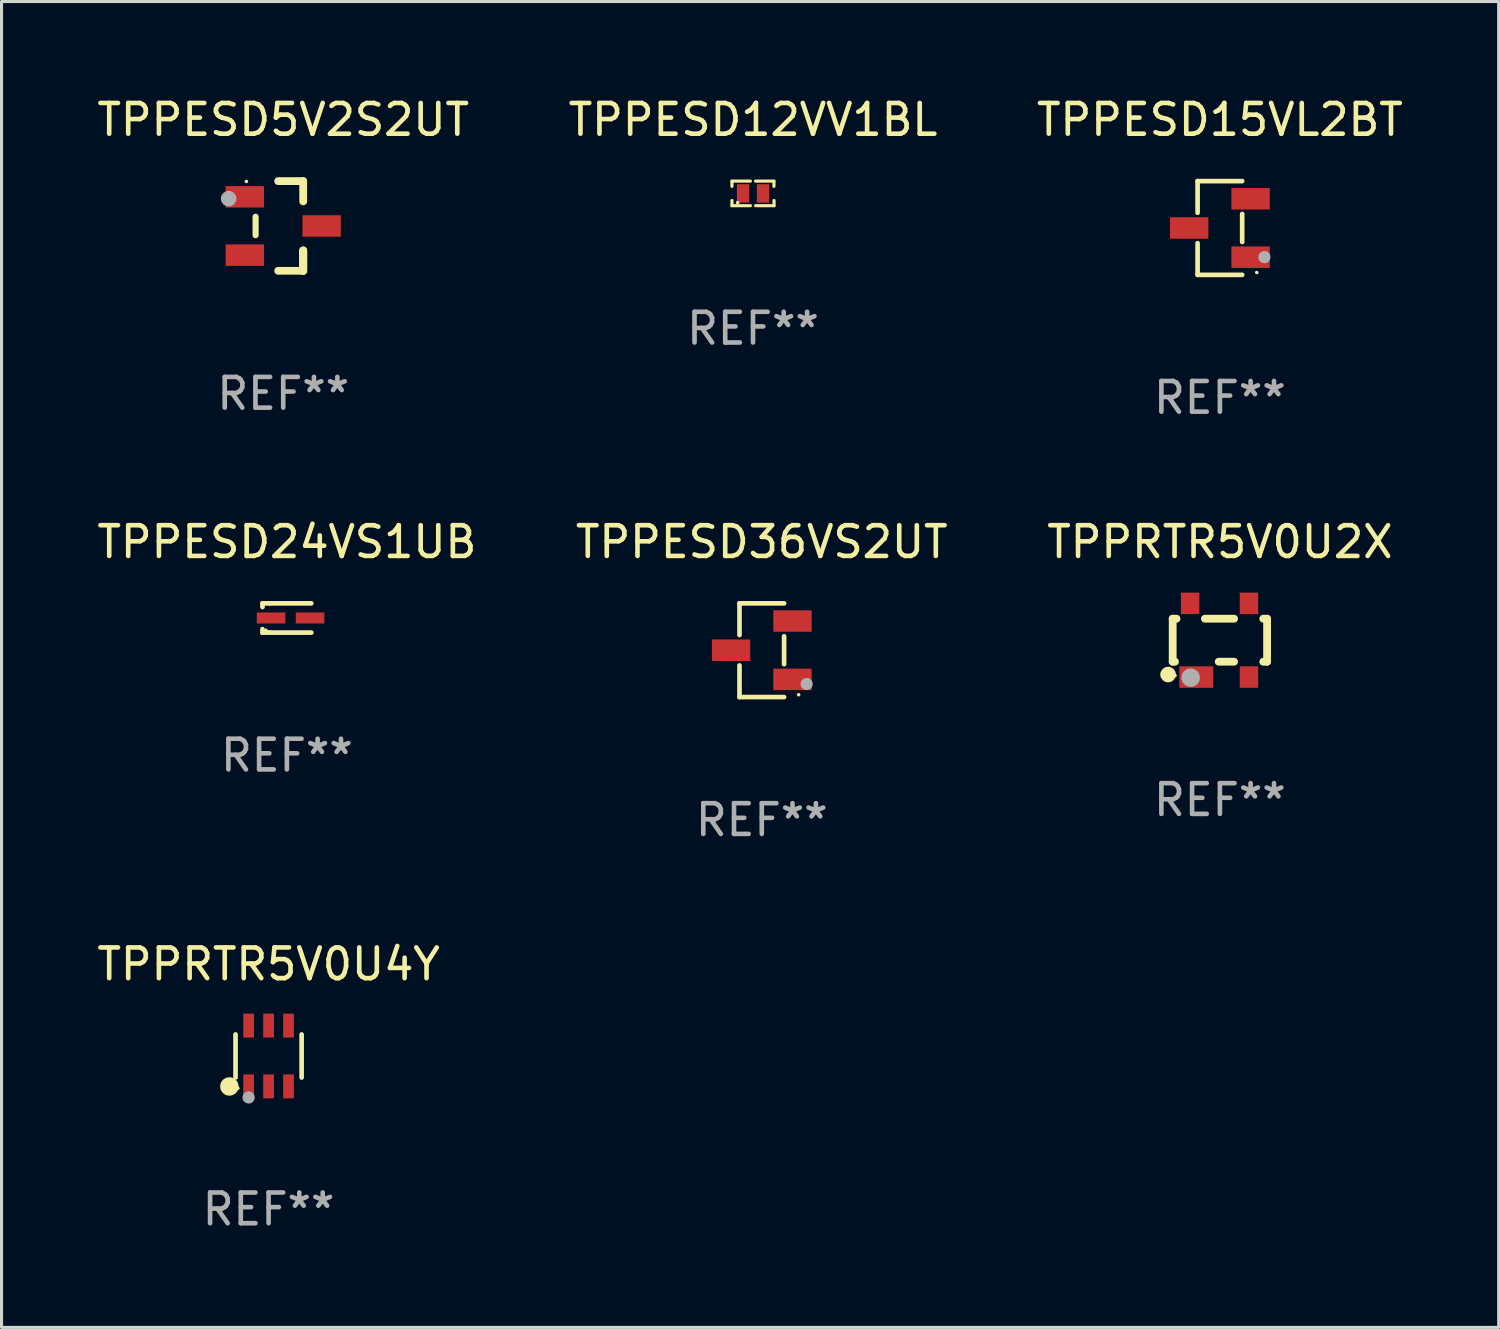
<source format=kicad_pcb>
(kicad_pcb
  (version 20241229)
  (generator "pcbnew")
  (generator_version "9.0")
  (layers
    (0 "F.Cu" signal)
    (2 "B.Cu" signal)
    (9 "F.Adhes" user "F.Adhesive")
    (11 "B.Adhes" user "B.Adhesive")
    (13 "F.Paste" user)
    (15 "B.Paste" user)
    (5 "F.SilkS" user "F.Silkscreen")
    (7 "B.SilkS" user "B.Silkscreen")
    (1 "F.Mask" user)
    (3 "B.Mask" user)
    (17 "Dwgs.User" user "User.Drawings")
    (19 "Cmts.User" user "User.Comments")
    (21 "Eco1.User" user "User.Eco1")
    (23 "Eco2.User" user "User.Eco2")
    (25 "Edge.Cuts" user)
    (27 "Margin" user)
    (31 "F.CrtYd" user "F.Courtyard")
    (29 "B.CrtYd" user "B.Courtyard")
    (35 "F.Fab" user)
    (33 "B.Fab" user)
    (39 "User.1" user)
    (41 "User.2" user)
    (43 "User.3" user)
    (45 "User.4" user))
  (footprint "TPPRTR5V0U4Y"
    (layer "F.Cu")
    (at 5.696 31.336)
    (property "Reference" "TPPRTR5V0U4Y" (at 0 -2.99 0) (layer "F.SilkS") (effects (font (size 1 1) (thickness 0.15))))
    (attr through_hole)
    (fp_line (start -1.076 0.701) (end -1.076 -0.701) (stroke (width 0.152) (type solid)) (layer "F.SilkS"))
    (fp_line (start 1.076 0.701) (end 1.076 -0.701) (stroke (width 0.152) (type solid)) (layer "F.SilkS"))
    (fp_circle (center -1.277 0.992) (end -1.127 0.992) (stroke (width 0.3) (type solid)) (fill no) (layer "F.SilkS"))
    (fp_circle (center -1 1.05) (end -0.97 1.05) (stroke (width 0.06) (type solid)) (fill no) (layer "F.SilkS"))
    (fp_circle (center -0.65 1.35) (end -0.55 1.35) (stroke (width 0.2) (type solid)) (fill no) (layer "F.Fab"))
    (fp_text user "REF**" (at 0 4.99 0) (layer "F.Fab") (effects (font (size 1 1) (thickness 0.15))))
    (pad "1" smd rect (at -0.65 0.99) (size 0.35 0.78) (layers "F.Cu" "F.Mask" "F.Paste"))
    (pad "2" smd rect (at 0 0.99) (size 0.35 0.78) (layers "F.Cu" "F.Mask" "F.Paste"))
    (pad "3" smd rect (at 0.65 0.99) (size 0.35 0.78) (layers "F.Cu" "F.Mask" "F.Paste"))
    (pad "4" smd rect (at 0.65 -0.99) (size 0.35 0.78) (layers "F.Cu" "F.Mask" "F.Paste"))
    (pad "5" smd rect (at 0 -0.99) (size 0.35 0.78) (layers "F.Cu" "F.Mask" "F.Paste"))
    (pad "6" smd rect (at -0.65 -0.99) (size 0.35 0.78) (layers "F.Cu" "F.Mask" "F.Paste")))
  (footprint "TPPESD36VS2UT"
    (layer "F.Cu")
    (at 21.756 18.123)
    (property "Reference" "TPPESD36VS2UT" (at 0 -3.526 0) (layer "F.SilkS") (effects (font (size 1 1) (thickness 0.15))))
    (attr through_hole)
    (fp_line (start -0.726 -1.526) (end -0.726 -0.495) (stroke (width 0.152) (type solid)) (layer "F.SilkS"))
    (fp_line (start -0.726 1.526) (end -0.726 0.495) (stroke (width 0.152) (type solid)) (layer "F.SilkS"))
    (fp_line (start 0.726 -1.526) (end -0.726 -1.526) (stroke (width 0.152) (type solid)) (layer "F.SilkS"))
    (fp_line (start 0.726 -0.455) (end 0.726 0.455) (stroke (width 0.152) (type solid)) (layer "F.SilkS"))
    (fp_line (start 0.726 1.526) (end -0.726 1.526) (stroke (width 0.152) (type solid)) (layer "F.SilkS"))
    (fp_circle (center 1.2 1.45) (end 1.23 1.45) (stroke (width 0.06) (type solid)) (fill no) (layer "F.SilkS"))
    (fp_circle (center 1.46 1.1) (end 1.56 1.1) (stroke (width 0.2) (type solid)) (fill no) (layer "F.Fab"))
    (fp_text user "REF**" (at 0 5.526 0) (layer "F.Fab") (effects (font (size 1 1) (thickness 0.15))))
    (pad "1" smd rect (at 1 0.95) (size 1.25 0.7) (layers "F.Cu" "F.Mask" "F.Paste"))
    (pad "2" smd rect (at 1 -0.95) (size 1.25 0.7) (layers "F.Cu" "F.Mask" "F.Paste"))
    (pad "3" smd rect (at -1 0) (size 1.25 0.7) (layers "F.Cu" "F.Mask" "F.Paste")))
  (footprint "TPPESD5V2S2UT"
    (layer "F.Cu")
    (at 6.173 4.308)
    (property "Reference" "TPPESD5V2S2UT" (at 0 -3.46 0) (layer "F.SilkS") (effects (font (size 1 1) (thickness 0.15))))
    (attr through_hole)
    (fp_line (start -0.9 -0.3) (end -0.9 0.3) (stroke (width 0.2) (type solid)) (layer "F.SilkS"))
    (fp_line (start -0.165 -1.46) (end 0.65 -1.46) (stroke (width 0.254) (type solid)) (layer "F.SilkS"))
    (fp_line (start 0.65 -1.46) (end 0.65 -0.8) (stroke (width 0.254) (type solid)) (layer "F.SilkS"))
    (fp_line (start 0.65 0.8) (end 0.65 1.46) (stroke (width 0.254) (type solid)) (layer "F.SilkS"))
    (fp_line (start 0.65 0.8) (end 0.65 1.46) (stroke (width 0.254) (type solid)) (layer "F.SilkS"))
    (fp_line (start 0.65 1.46) (end -0.165 1.46) (stroke (width 0.254) (type solid)) (layer "F.SilkS"))
    (fp_line (start 0.65 1.46) (end 0.65 0.8) (stroke (width 0.254) (type solid)) (layer "F.SilkS"))
    (fp_circle (center -1.2 -1.45) (end -1.17 -1.45) (stroke (width 0.06) (type solid)) (fill no) (layer "F.SilkS"))
    (fp_circle (center -1.778 -0.889) (end -1.651 -0.889) (stroke (width 0.254) (type solid)) (fill no) (layer "F.Fab"))
    (fp_text user "REF**" (at 0 5.46 0) (layer "F.Fab") (effects (font (size 1 1) (thickness 0.15))))
    (pad "1" smd rect (at -1.25 -0.95 90) (size 0.7 1.25) (layers "F.Cu" "F.Mask" "F.Paste"))
    (pad "2" smd rect (at -1.25 0.95 90) (size 0.7 1.25) (layers "F.Cu" "F.Mask" "F.Paste"))
    (pad "3" smd rect (at 1.25 -0.000051 90) (size 0.7 1.25) (layers "F.Cu" "F.Mask" "F.Paste")))
  (footprint "TPPRTR5V0U2X"
    (layer "F.Cu")
    (at 36.673 17.797)
    (property "Reference" "TPPRTR5V0U2X" (at 0 -3.2 0) (layer "F.SilkS") (effects (font (size 1 1) (thickness 0.15))))
    (attr through_hole)
    (fp_line (start -1.537 -0.7) (end -1.412 -0.7) (stroke (width 0.254) (type solid)) (layer "F.SilkS"))
    (fp_line (start -1.537 0.7) (end -1.537 -0.7) (stroke (width 0.254) (type solid)) (layer "F.SilkS"))
    (fp_line (start -1.537 0.7) (end -1.462 0.7) (stroke (width 0.254) (type solid)) (layer "F.SilkS"))
    (fp_line (start -0.488 -0.7) (end 0.462 -0.7) (stroke (width 0.254) (type solid)) (layer "F.SilkS"))
    (fp_line (start -0.038 0.7) (end 0.462 0.7) (stroke (width 0.254) (type solid)) (layer "F.SilkS"))
    (fp_line (start 1.412 -0.7) (end 1.537 -0.7) (stroke (width 0.254) (type solid)) (layer "F.SilkS"))
    (fp_line (start 1.412 0.7) (end 1.537 0.7) (stroke (width 0.254) (type solid)) (layer "F.SilkS"))
    (fp_line (start 1.537 0.7) (end 1.537 -0.7) (stroke (width 0.254) (type solid)) (layer "F.SilkS"))
    (fp_circle (center -1.687 1.118) (end -1.56 1.118) (stroke (width 0.254) (type solid)) (fill no) (layer "F.SilkS"))
    (fp_circle (center -1.461 1.15) (end -1.431 1.15) (stroke (width 0.06) (type solid)) (fill no) (layer "F.SilkS"))
    (fp_circle (center -0.951 1.219) (end -0.801 1.219) (stroke (width 0.3) (type solid)) (fill no) (layer "F.Fab"))
    (fp_text user "REF**" (at 0 5.2 0) (layer "F.Fab") (effects (font (size 1 1) (thickness 0.15))))
    (pad "1" smd rect (at -0.769 1.2) (size 1.1 0.7) (layers "F.Cu" "F.Mask" "F.Paste"))
    (pad "2" smd rect (at 0.947 1.2) (size 0.6 0.7) (layers "F.Cu" "F.Mask" "F.Paste"))
    (pad "3" smd rect (at 0.947 -1.2) (size 0.6 0.7) (layers "F.Cu" "F.Mask" "F.Paste"))
    (pad "4" smd rect (at -0.969 -1.2) (size 0.6 0.7) (layers "F.Cu" "F.Mask" "F.Paste")))
  (footprint "TPPESD12VV1BL"
    (layer "F.Cu")
    (at 21.47 3.248)
    (property "Reference" "TPPESD12VV1BL" (at 0 -2.4 0) (layer "F.SilkS") (effects (font (size 1 1) (thickness 0.15))))
    (attr through_hole)
    (fp_line (start -0.685 -0.4) (end -0.685 -0.23) (stroke (width 0.102) (type solid)) (layer "F.SilkS"))
    (fp_line (start -0.685 0.4) (end -0.685 0.23) (stroke (width 0.102) (type solid)) (layer "F.SilkS"))
    (fp_line (start -0.085 -0.4) (end -0.685 -0.4) (stroke (width 0.102) (type solid)) (layer "F.SilkS"))
    (fp_line (start -0.085 0.4) (end -0.685 0.4) (stroke (width 0.102) (type solid)) (layer "F.SilkS"))
    (fp_line (start 0.082 -0.4) (end 0.682 -0.4) (stroke (width 0.102) (type solid)) (layer "F.SilkS"))
    (fp_line (start 0.085 0.4) (end 0.685 0.4) (stroke (width 0.102) (type solid)) (layer "F.SilkS"))
    (fp_line (start 0.682 -0.4) (end 0.682 -0.23) (stroke (width 0.102) (type solid)) (layer "F.SilkS"))
    (fp_line (start 0.685 0.4) (end 0.685 0.23) (stroke (width 0.102) (type solid)) (layer "F.SilkS"))
    (fp_circle (center -0.5 0.3) (end -0.47 0.3) (stroke (width 0.06) (type solid)) (fill no) (layer "F.SilkS"))
    (fp_text user "REF**" (at 0 4.4 0) (layer "F.Fab") (effects (font (size 1 1) (thickness 0.15))))
    (pad "1" smd rect (at -0.325 0) (size 0.4 0.6) (layers "F.Cu" "F.Mask" "F.Paste"))
    (pad "2" smd rect (at 0.325 0) (size 0.4 0.6) (layers "F.Cu" "F.Mask" "F.Paste")))
  (footprint "TPPESD15VL2BT"
    (layer "F.Cu")
    (at 36.673 4.374)
    (property "Reference" "TPPESD15VL2BT" (at 0 -3.526 0) (layer "F.SilkS") (effects (font (size 1 1) (thickness 0.15))))
    (attr through_hole)
    (fp_line (start -0.726 -1.526) (end -0.726 -0.495) (stroke (width 0.152) (type solid)) (layer "F.SilkS"))
    (fp_line (start -0.726 1.526) (end -0.726 0.495) (stroke (width 0.152) (type solid)) (layer "F.SilkS"))
    (fp_line (start 0.726 -1.526) (end -0.726 -1.526) (stroke (width 0.152) (type solid)) (layer "F.SilkS"))
    (fp_line (start 0.726 -0.455) (end 0.726 0.455) (stroke (width 0.152) (type solid)) (layer "F.SilkS"))
    (fp_line (start 0.726 1.526) (end -0.726 1.526) (stroke (width 0.152) (type solid)) (layer "F.SilkS"))
    (fp_circle (center 1.2 1.45) (end 1.23 1.45) (stroke (width 0.06) (type solid)) (fill no) (layer "F.SilkS"))
    (fp_circle (center 1.45 0.95) (end 1.55 0.95) (stroke (width 0.2) (type solid)) (fill no) (layer "F.Fab"))
    (fp_text user "REF**" (at 0 5.526 0) (layer "F.Fab") (effects (font (size 1 1) (thickness 0.15))))
    (pad "1" smd rect (at 1 0.95) (size 1.25 0.7) (layers "F.Cu" "F.Mask" "F.Paste"))
    (pad "2" smd rect (at 1 -0.95) (size 1.25 0.7) (layers "F.Cu" "F.Mask" "F.Paste"))
    (pad "3" smd rect (at -1 0) (size 1.25 0.7) (layers "F.Cu" "F.Mask" "F.Paste")))
  (footprint "TPPESD24VS1UB"
    (layer "F.Cu")
    (at 6.292 17.073)
    (property "Reference" "TPPESD24VS1UB" (at 0 -2.476 0) (layer "F.SilkS") (effects (font (size 1 1) (thickness 0.15))))
    (attr through_hole)
    (fp_line (start -0.795 -0.476) (end -0.795 -0.356) (stroke (width 0.152) (type solid)) (layer "F.SilkS"))
    (fp_line (start -0.795 0.363) (end -0.795 0.476) (stroke (width 0.152) (type solid)) (layer "F.SilkS"))
    (fp_line (start -0.795 0.476) (end -0.557 0.476) (stroke (width 0.152) (type solid)) (layer "F.SilkS"))
    (fp_line (start -0.557 -0.476) (end -0.795 -0.476) (stroke (width 0.152) (type solid)) (layer "F.SilkS"))
    (fp_line (start -0.557 -0.476) (end 0.795 -0.476) (stroke (width 0.152) (type solid)) (layer "F.SilkS"))
    (fp_line (start -0.557 0.476) (end 0.795 0.476) (stroke (width 0.152) (type solid)) (layer "F.SilkS"))
    (fp_circle (center -0.681 0.4) (end -0.651 0.4) (stroke (width 0.06) (type solid)) (fill no) (layer "F.SilkS"))
    (fp_text user "REF**" (at 0 4.476 0) (layer "F.Fab") (effects (font (size 1 1) (thickness 0.15))))
    (pad "1" smd rect (at -0.516 0 180) (size 0.93 0.36) (layers "F.Cu" "F.Mask" "F.Paste"))
    (pad "2" smd rect (at 0.754 0 180) (size 0.93 0.36) (layers "F.Cu" "F.Mask" "F.Paste")))
  (gr_rect
    (start -3 -3)
    (end 45.75 40.174)
    (stroke (width 0.1) (type default))
    (fill no)
    (layer "Edge.Cuts")))
</source>
